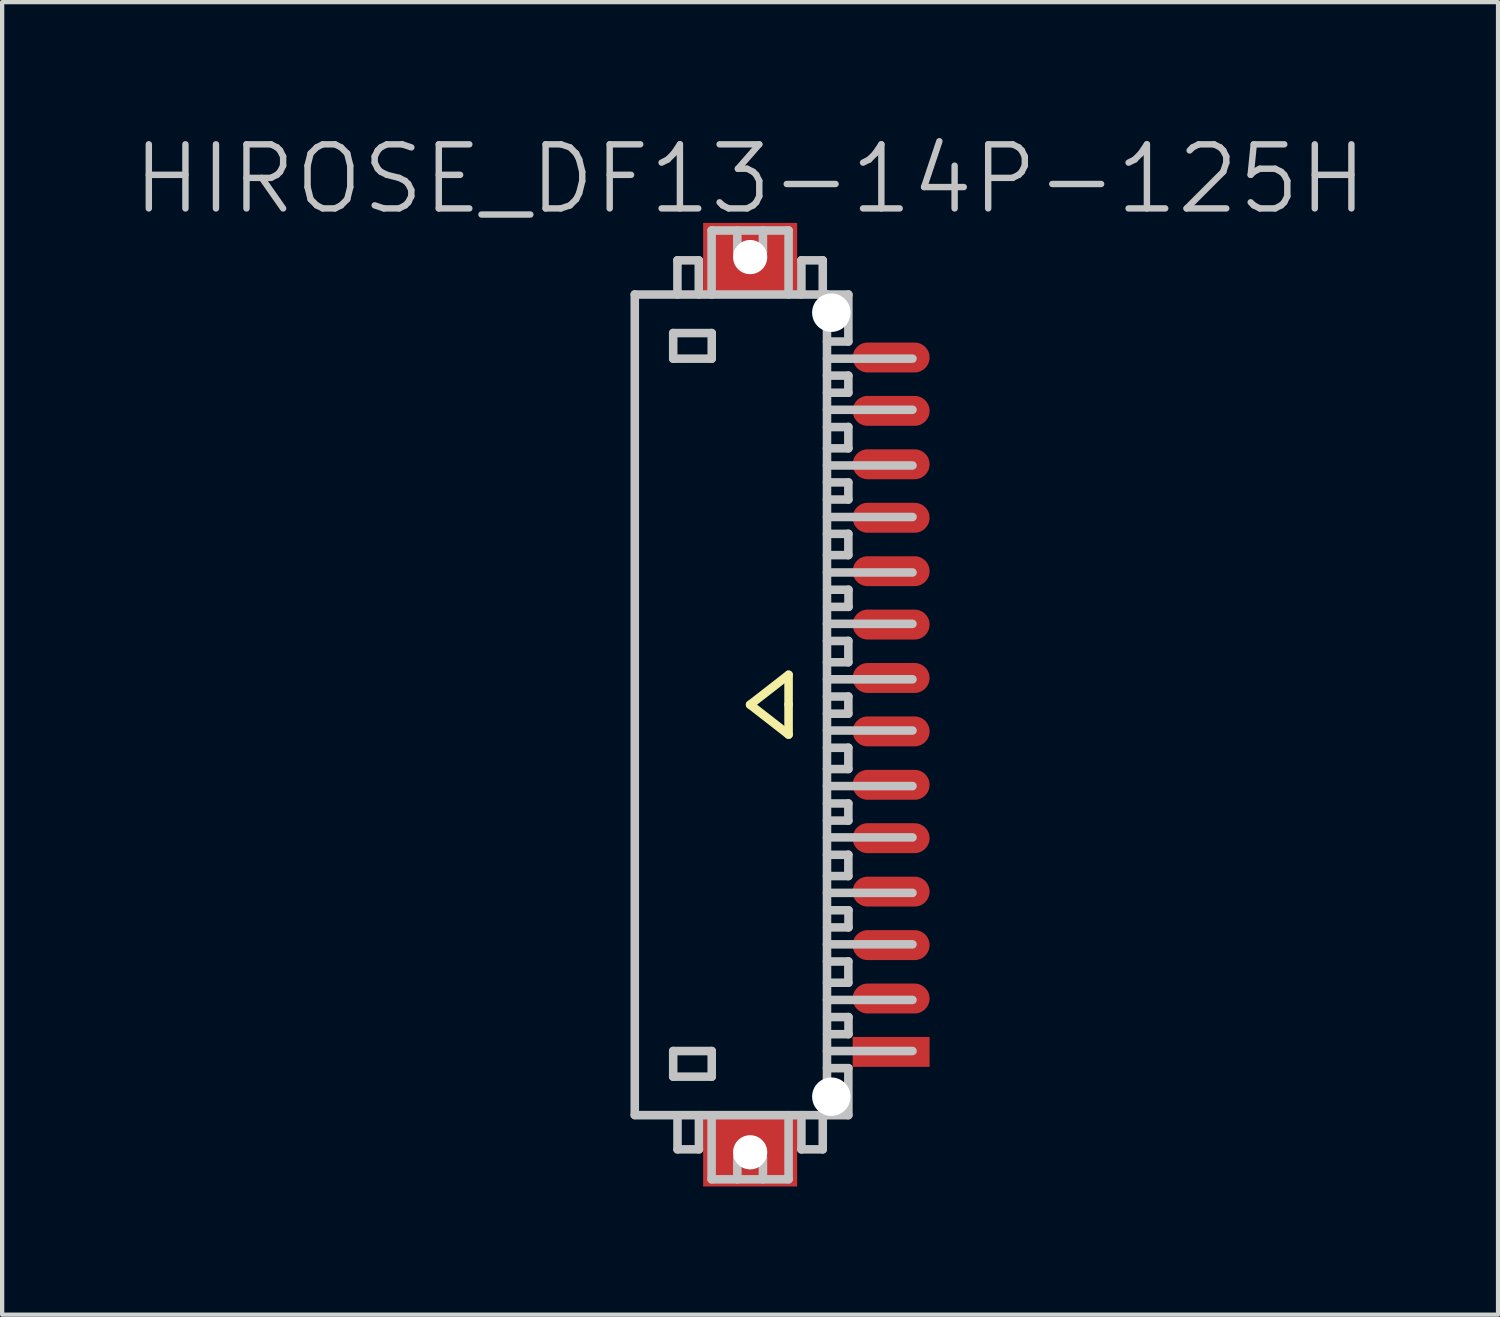
<source format=kicad_pcb>
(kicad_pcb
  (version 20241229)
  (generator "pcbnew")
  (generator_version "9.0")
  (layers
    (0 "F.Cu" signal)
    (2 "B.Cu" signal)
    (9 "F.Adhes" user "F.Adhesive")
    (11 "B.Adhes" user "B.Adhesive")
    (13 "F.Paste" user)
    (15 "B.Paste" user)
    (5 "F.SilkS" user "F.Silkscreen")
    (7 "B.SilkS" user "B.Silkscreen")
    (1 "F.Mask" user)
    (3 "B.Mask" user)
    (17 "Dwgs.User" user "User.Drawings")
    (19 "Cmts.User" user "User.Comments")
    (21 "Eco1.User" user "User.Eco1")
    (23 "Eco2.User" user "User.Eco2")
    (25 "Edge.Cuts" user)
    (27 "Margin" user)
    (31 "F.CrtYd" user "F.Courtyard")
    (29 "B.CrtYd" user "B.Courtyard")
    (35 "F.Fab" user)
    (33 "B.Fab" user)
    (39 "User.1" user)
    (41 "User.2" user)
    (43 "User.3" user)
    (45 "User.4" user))
  (footprint "HIROSE_DF13-14P-125H"
    (layer "F.Cu")
    (at 14.504 13.441)
    (property "Reference" "HIROSE_DF13-14P-125H" (at 0 -12.3 180) (layer "Dwgs.User") (effects (font (size 1.5 1.5) (thickness 0.15))))
    (attr smd)
    (fp_line (start 0 0) (end 0.9 0.7) (stroke (width 0.2) (type solid)) (layer "F.SilkS"))
    (fp_line (start 0.9 -0.7) (end 0 0) (stroke (width 0.2) (type solid)) (layer "F.SilkS"))
    (fp_line (start 0.9 0) (end 0.9 -0.7) (stroke (width 0.2) (type solid)) (layer "F.SilkS"))
    (fp_line (start 0.9 0.7) (end 0.9 0) (stroke (width 0.2) (type solid)) (layer "F.SilkS"))
    (fp_line (start -2.699 -9.601) (end -2.699 9.601) (stroke (width 0.2) (type solid)) (layer "Dwgs.User"))
    (fp_line (start -2.699 -9.599) (end 2.299 -9.599) (stroke (width 0.2) (type solid)) (layer "Dwgs.User"))
    (fp_line (start -1.8 -8.697) (end -1.8 -8.098) (stroke (width 0.2) (type solid)) (layer "Dwgs.User"))
    (fp_line (start -1.8 -8.098) (end -0.898 -8.098) (stroke (width 0.2) (type solid)) (layer "Dwgs.User"))
    (fp_line (start -1.8 8.105) (end -0.898 8.105) (stroke (width 0.2) (type solid)) (layer "Dwgs.User"))
    (fp_line (start -1.8 8.705) (end -1.8 8.105) (stroke (width 0.2) (type solid)) (layer "Dwgs.User"))
    (fp_line (start -1.701 -10.399) (end -1.701 -9.599) (stroke (width 0.2) (type solid)) (layer "Dwgs.User"))
    (fp_line (start -1.699 10.406) (end -1.699 9.606) (stroke (width 0.2) (type solid)) (layer "Dwgs.User"))
    (fp_line (start -1.201 -10.399) (end -1.701 -10.399) (stroke (width 0.2) (type solid)) (layer "Dwgs.User"))
    (fp_line (start -1.201 -9.599) (end -1.201 -10.399) (stroke (width 0.2) (type solid)) (layer "Dwgs.User"))
    (fp_line (start -1.198 9.606) (end -1.198 10.406) (stroke (width 0.2) (type solid)) (layer "Dwgs.User"))
    (fp_line (start -1.198 10.406) (end -1.699 10.406) (stroke (width 0.2) (type solid)) (layer "Dwgs.User"))
    (fp_line (start -0.901 -11.097) (end -0.901 -9.599) (stroke (width 0.2) (type solid)) (layer "Dwgs.User"))
    (fp_line (start -0.901 11.105) (end -0.901 9.705) (stroke (width 0.2) (type solid)) (layer "Dwgs.User"))
    (fp_line (start -0.898 -8.697) (end -1.8 -8.697) (stroke (width 0.2) (type solid)) (layer "Dwgs.User"))
    (fp_line (start -0.898 -8.098) (end -0.898 -8.697) (stroke (width 0.2) (type solid)) (layer "Dwgs.User"))
    (fp_line (start -0.898 8.105) (end -0.898 8.705) (stroke (width 0.2) (type solid)) (layer "Dwgs.User"))
    (fp_line (start -0.898 8.705) (end -1.8 8.705) (stroke (width 0.2) (type solid)) (layer "Dwgs.User"))
    (fp_line (start -0.299 -10.597) (end -0.299 -11.097) (stroke (width 0.2) (type solid)) (layer "Dwgs.User"))
    (fp_line (start -0.299 -10.597) (end 0.3 -10.597) (stroke (width 0.2) (type solid)) (layer "Dwgs.User"))
    (fp_line (start -0.299 10.607) (end 0.3 10.607) (stroke (width 0.2) (type solid)) (layer "Dwgs.User"))
    (fp_line (start -0.299 11.107) (end -0.299 10.607) (stroke (width 0.2) (type solid)) (layer "Dwgs.User"))
    (fp_line (start 0.3 -10.597) (end 0.3 -11.097) (stroke (width 0.2) (type solid)) (layer "Dwgs.User"))
    (fp_line (start 0.3 11.107) (end 0.3 10.607) (stroke (width 0.2) (type solid)) (layer "Dwgs.User"))
    (fp_line (start 0.9 -11.097) (end -0.901 -11.097) (stroke (width 0.2) (type solid)) (layer "Dwgs.User"))
    (fp_line (start 0.9 -9.599) (end 0.9 -11.097) (stroke (width 0.2) (type solid)) (layer "Dwgs.User"))
    (fp_line (start 0.9 11.105) (end 0.9 9.606) (stroke (width 0.2) (type solid)) (layer "Dwgs.User"))
    (fp_line (start 0.9 11.107) (end -0.901 11.107) (stroke (width 0.2) (type solid)) (layer "Dwgs.User"))
    (fp_line (start 1.2 -9.599) (end 1.2 -10.399) (stroke (width 0.2) (type solid)) (layer "Dwgs.User"))
    (fp_line (start 1.2 10.406) (end 1.2 9.606) (stroke (width 0.2) (type solid)) (layer "Dwgs.User"))
    (fp_line (start 1.7 -10.399) (end 1.2 -10.399) (stroke (width 0.2) (type solid)) (layer "Dwgs.User"))
    (fp_line (start 1.7 -10.399) (end 1.7 -9.599) (stroke (width 0.2) (type solid)) (layer "Dwgs.User"))
    (fp_line (start 1.7 9.606) (end 1.7 10.406) (stroke (width 0.2) (type solid)) (layer "Dwgs.User"))
    (fp_line (start 1.7 10.406) (end 1.2 10.406) (stroke (width 0.2) (type solid)) (layer "Dwgs.User"))
    (fp_line (start 1.799 -6.901) (end 3.8 -6.901) (stroke (width 0.2) (type solid)) (layer "Dwgs.User"))
    (fp_line (start 1.799 -6.497) (end 2.299 -6.497) (stroke (width 0.2) (type solid)) (layer "Dwgs.User"))
    (fp_line (start 1.799 -5.598) (end 3.8 -5.598) (stroke (width 0.2) (type solid)) (layer "Dwgs.User"))
    (fp_line (start 1.799 -4.392) (end 3.8 -4.392) (stroke (width 0.2) (type solid)) (layer "Dwgs.User"))
    (fp_line (start 1.799 -3.998) (end 2.299 -3.998) (stroke (width 0.2) (type solid)) (layer "Dwgs.User"))
    (fp_line (start 1.799 -3.094) (end 3.8 -3.094) (stroke (width 0.2) (type solid)) (layer "Dwgs.User"))
    (fp_line (start 1.799 -1.892) (end 3.8 -1.892) (stroke (width 0.2) (type solid)) (layer "Dwgs.User"))
    (fp_line (start 1.799 -1.491) (end 2.299 -1.491) (stroke (width 0.2) (type solid)) (layer "Dwgs.User"))
    (fp_line (start 1.799 -0.594) (end 3.8 -0.594) (stroke (width 0.2) (type solid)) (layer "Dwgs.User"))
    (fp_line (start 1.799 0.605) (end 3.8 0.605) (stroke (width 0.2) (type solid)) (layer "Dwgs.User"))
    (fp_line (start 1.799 1.008) (end 2.299 1.008) (stroke (width 0.2) (type solid)) (layer "Dwgs.User"))
    (fp_line (start 1.799 1.905) (end 3.8 1.905) (stroke (width 0.2) (type solid)) (layer "Dwgs.User"))
    (fp_line (start 1.799 3.106) (end 3.8 3.106) (stroke (width 0.2) (type solid)) (layer "Dwgs.User"))
    (fp_line (start 1.799 3.513) (end 2.299 3.513) (stroke (width 0.2) (type solid)) (layer "Dwgs.User"))
    (fp_line (start 1.799 4.404) (end 3.8 4.404) (stroke (width 0.2) (type solid)) (layer "Dwgs.User"))
    (fp_line (start 1.799 5.608) (end 3.8 5.608) (stroke (width 0.2) (type solid)) (layer "Dwgs.User"))
    (fp_line (start 1.799 6.01) (end 2.299 6.01) (stroke (width 0.2) (type solid)) (layer "Dwgs.User"))
    (fp_line (start 1.799 6.909) (end 3.8 6.909) (stroke (width 0.2) (type solid)) (layer "Dwgs.User"))
    (fp_line (start 1.799 8.105) (end 3.8 8.105) (stroke (width 0.2) (type solid)) (layer "Dwgs.User"))
    (fp_line (start 1.799 9.601) (end 1.799 -9.601) (stroke (width 0.2) (type solid)) (layer "Dwgs.User"))
    (fp_line (start 2.299 -8.499) (end 1.799 -8.499) (stroke (width 0.2) (type solid)) (layer "Dwgs.User"))
    (fp_line (start 2.299 -8.499) (end 2.299 -9.599) (stroke (width 0.2) (type solid)) (layer "Dwgs.User"))
    (fp_line (start 2.299 -7.701) (end 1.799 -7.701) (stroke (width 0.2) (type solid)) (layer "Dwgs.User"))
    (fp_line (start 2.299 -7.3) (end 1.799 -7.3) (stroke (width 0.2) (type solid)) (layer "Dwgs.User"))
    (fp_line (start 2.299 -7.3) (end 2.299 -7.701) (stroke (width 0.2) (type solid)) (layer "Dwgs.User"))
    (fp_line (start 2.299 -6.5) (end 2.299 -5.999) (stroke (width 0.2) (type solid)) (layer "Dwgs.User"))
    (fp_line (start 2.299 -5.999) (end 1.799 -5.999) (stroke (width 0.2) (type solid)) (layer "Dwgs.User"))
    (fp_line (start 2.299 -5.202) (end 1.799 -5.202) (stroke (width 0.2) (type solid)) (layer "Dwgs.User"))
    (fp_line (start 2.299 -4.801) (end 1.799 -4.801) (stroke (width 0.2) (type solid)) (layer "Dwgs.User"))
    (fp_line (start 2.299 -4.801) (end 2.299 -5.202) (stroke (width 0.2) (type solid)) (layer "Dwgs.User"))
    (fp_line (start 2.299 -4) (end 2.299 -3.5) (stroke (width 0.2) (type solid)) (layer "Dwgs.User"))
    (fp_line (start 2.299 -3.5) (end 1.799 -3.5) (stroke (width 0.2) (type solid)) (layer "Dwgs.User"))
    (fp_line (start 2.299 -1.494) (end 2.299 -0.993) (stroke (width 0.2) (type solid)) (layer "Dwgs.User"))
    (fp_line (start 2.299 -0.993) (end 1.799 -0.993) (stroke (width 0.2) (type solid)) (layer "Dwgs.User"))
    (fp_line (start 2.299 -0.191) (end 1.799 -0.191) (stroke (width 0.2) (type solid)) (layer "Dwgs.User"))
    (fp_line (start 2.299 0.211) (end 1.799 0.211) (stroke (width 0.2) (type solid)) (layer "Dwgs.User"))
    (fp_line (start 2.299 0.211) (end 2.299 -0.191) (stroke (width 0.2) (type solid)) (layer "Dwgs.User"))
    (fp_line (start 2.299 1.006) (end 2.299 1.506) (stroke (width 0.2) (type solid)) (layer "Dwgs.User"))
    (fp_line (start 2.299 1.506) (end 1.799 1.506) (stroke (width 0.2) (type solid)) (layer "Dwgs.User"))
    (fp_line (start 2.299 2.311) (end 1.799 2.311) (stroke (width 0.2) (type solid)) (layer "Dwgs.User"))
    (fp_line (start 2.299 2.713) (end 1.799 2.713) (stroke (width 0.2) (type solid)) (layer "Dwgs.User"))
    (fp_line (start 2.299 2.713) (end 2.299 2.311) (stroke (width 0.2) (type solid)) (layer "Dwgs.User"))
    (fp_line (start 2.299 3.51) (end 2.299 4.011) (stroke (width 0.2) (type solid)) (layer "Dwgs.User"))
    (fp_line (start 2.299 4.011) (end 1.799 4.011) (stroke (width 0.2) (type solid)) (layer "Dwgs.User"))
    (fp_line (start 2.299 6.007) (end 2.299 6.507) (stroke (width 0.2) (type solid)) (layer "Dwgs.User"))
    (fp_line (start 2.299 6.507) (end 1.799 6.507) (stroke (width 0.2) (type solid)) (layer "Dwgs.User"))
    (fp_line (start 2.299 8.506) (end 1.799 8.506) (stroke (width 0.2) (type solid)) (layer "Dwgs.User"))
    (fp_line (start 2.299 9.606) (end -2.699 9.606) (stroke (width 0.2) (type solid)) (layer "Dwgs.User"))
    (fp_line (start 2.299 9.606) (end 2.299 8.506) (stroke (width 0.2) (type solid)) (layer "Dwgs.User"))
    (fp_line (start 2.302 -2.69) (end 1.802 -2.69) (stroke (width 0.2) (type solid)) (layer "Dwgs.User"))
    (fp_line (start 2.302 -2.289) (end 1.802 -2.289) (stroke (width 0.2) (type solid)) (layer "Dwgs.User"))
    (fp_line (start 2.302 -2.289) (end 2.302 -2.69) (stroke (width 0.2) (type solid)) (layer "Dwgs.User"))
    (fp_line (start 2.302 4.811) (end 1.802 4.811) (stroke (width 0.2) (type solid)) (layer "Dwgs.User"))
    (fp_line (start 2.302 5.212) (end 1.802 5.212) (stroke (width 0.2) (type solid)) (layer "Dwgs.User"))
    (fp_line (start 2.302 5.212) (end 2.302 4.811) (stroke (width 0.2) (type solid)) (layer "Dwgs.User"))
    (fp_line (start 2.302 7.31) (end 1.802 7.31) (stroke (width 0.2) (type solid)) (layer "Dwgs.User"))
    (fp_line (start 2.302 7.711) (end 1.802 7.711) (stroke (width 0.2) (type solid)) (layer "Dwgs.User"))
    (fp_line (start 2.302 7.711) (end 2.302 7.31) (stroke (width 0.2) (type solid)) (layer "Dwgs.User"))
    (fp_line (start 3.8 -8.098) (end 1.799 -8.098) (stroke (width 0.2) (type solid)) (layer "Dwgs.User"))
    (pad "" np_thru_hole rect (at 0.001 -10.475 270) (size 1.6 2.2) (drill 0.8) (layers "F.Cu" "F.Mask" "F.Paste"))
    (pad "" np_thru_hole rect (at 0.001 10.475 270) (size 1.6 2.2) (drill 0.8) (layers "F.Cu" "F.Mask" "F.Paste"))
    (pad "" np_thru_hole circle (at 1.901 -9.174 270) (size 0.9 0.9) (drill 0.9) (layers "*.Cu" "*.Mask"))
    (pad "" np_thru_hole circle (at 1.901 9.174 270) (size 0.9 0.9) (drill 0.9) (layers "*.Cu" "*.Mask"))
    (pad "1" smd rect (at 3.3 8.125 270) (size 0.7 1.8) (layers "F.Cu" "F.Mask" "F.Paste"))
    (pad "2" smd oval (at 3.3 6.876 270) (size 0.7 1.8) (layers "F.Cu" "F.Mask" "F.Paste"))
    (pad "3" smd oval (at 3.3 5.626 270) (size 0.7 1.8) (layers "F.Cu" "F.Mask" "F.Paste"))
    (pad "4" smd oval (at 3.3 4.374 270) (size 0.7 1.8) (layers "F.Cu" "F.Mask" "F.Paste"))
    (pad "5" smd oval (at 3.3 3.124 270) (size 0.7 1.8) (layers "F.Cu" "F.Mask" "F.Paste"))
    (pad "6" smd oval (at 3.3 1.875 270) (size 0.7 1.8) (layers "F.Cu" "F.Mask" "F.Paste"))
    (pad "7" smd oval (at 3.3 0.625 270) (size 0.7 1.8) (layers "F.Cu" "F.Mask" "F.Paste"))
    (pad "8" smd oval (at 3.3 -0.625 270) (size 0.7 1.8) (layers "F.Cu" "F.Mask" "F.Paste"))
    (pad "9" smd oval (at 3.3 -1.875 270) (size 0.7 1.8) (layers "F.Cu" "F.Mask" "F.Paste"))
    (pad "10" smd oval (at 3.3 -3.124 270) (size 0.7 1.8) (layers "F.Cu" "F.Mask" "F.Paste"))
    (pad "11" smd oval (at 3.3 -4.374 270) (size 0.7 1.8) (layers "F.Cu" "F.Mask" "F.Paste"))
    (pad "12" smd oval (at 3.3 -5.626 270) (size 0.7 1.8) (layers "F.Cu" "F.Mask" "F.Paste"))
    (pad "13" smd oval (at 3.3 -6.876 270) (size 0.7 1.8) (layers "F.Cu" "F.Mask" "F.Paste"))
    (pad "14" smd oval (at 3.3 -8.125 270) (size 0.7 1.8) (layers "F.Cu" "F.Mask" "F.Paste")))
  (gr_rect
    (start -3 -3)
    (end 32.007 27.716)
    (stroke (width 0.1) (type default))
    (fill no)
    (layer "Edge.Cuts")))
</source>
